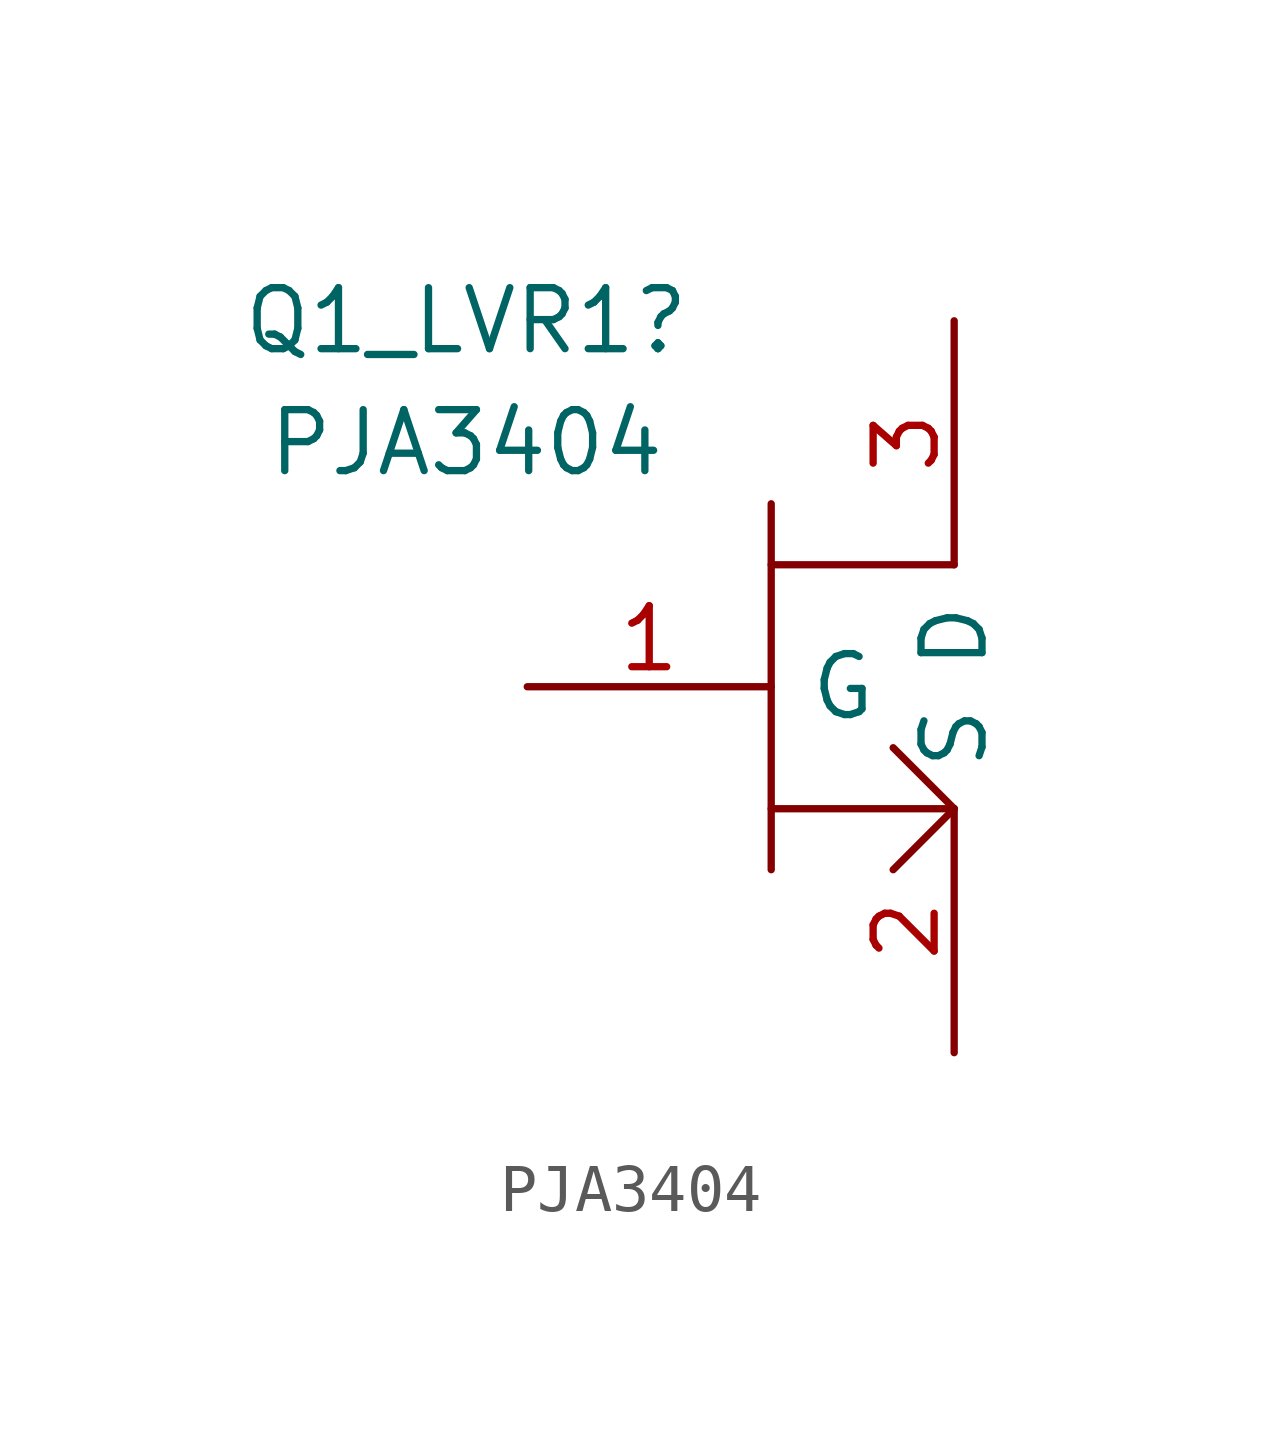
<source format=kicad_sym>
(kicad_symbol_lib
  (version 20211014)
  (generator kicad_symbol_editor)
  (symbol "PJA3404"
    (pin_names
      (offset 0.762))
    (property "Reference" "Q1_LVR1"
      (at -1.27 7.62 0)
      (effects (font (size 1.27 1.27))))
    (property "Value" "PJA3404"
      (at -1.27 5.08 0)
      (effects (font (size 1.27 1.27))))
    (symbol "PJA3404_0_0"
      (pin passive line (at 0 0 0) (length 5.08) (name "G" (effects (font (size 1.27 1.27)))) (number "1" (effects (font (size 1.27 1.27)))))
      (pin passive line (at 8.89 -7.62 90) (length 5.08) (name "S" (effects (font (size 1.27 1.27)))) (number "2" (effects (font (size 1.27 1.27)))))
      (pin passive line (at 8.89 7.62 270) (length 5.08) (name "D" (effects (font (size 1.27 1.27)))) (number "3" (effects (font (size 1.27 1.27))))))
    (symbol "PJA3404_0_1"
      (polyline (pts (xy 5.08 -3.81) (xy 5.08 3.81)) (stroke (width 0) (type default) (color 0 0 0 0)) (fill (type none)))
      (polyline (pts (xy 8.89 -2.54) (xy 5.08 -2.54)) (stroke (width 0) (type default) (color 0 0 0 0)) (fill (type none)))
      (polyline (pts (xy 8.89 -2.54) (xy 7.62 -3.81)) (stroke (width 0) (type default) (color 0 0 0 0)) (fill (type none)))
      (polyline (pts (xy 8.89 -2.54) (xy 7.62 -1.27)) (stroke (width 0) (type default) (color 0 0 0 0)) (fill (type none)))
      (polyline (pts (xy 8.89 2.54) (xy 5.08 2.54)) (stroke (width 0) (type default) (color 0 0 0 0)) (fill (type none))))))
</source>
